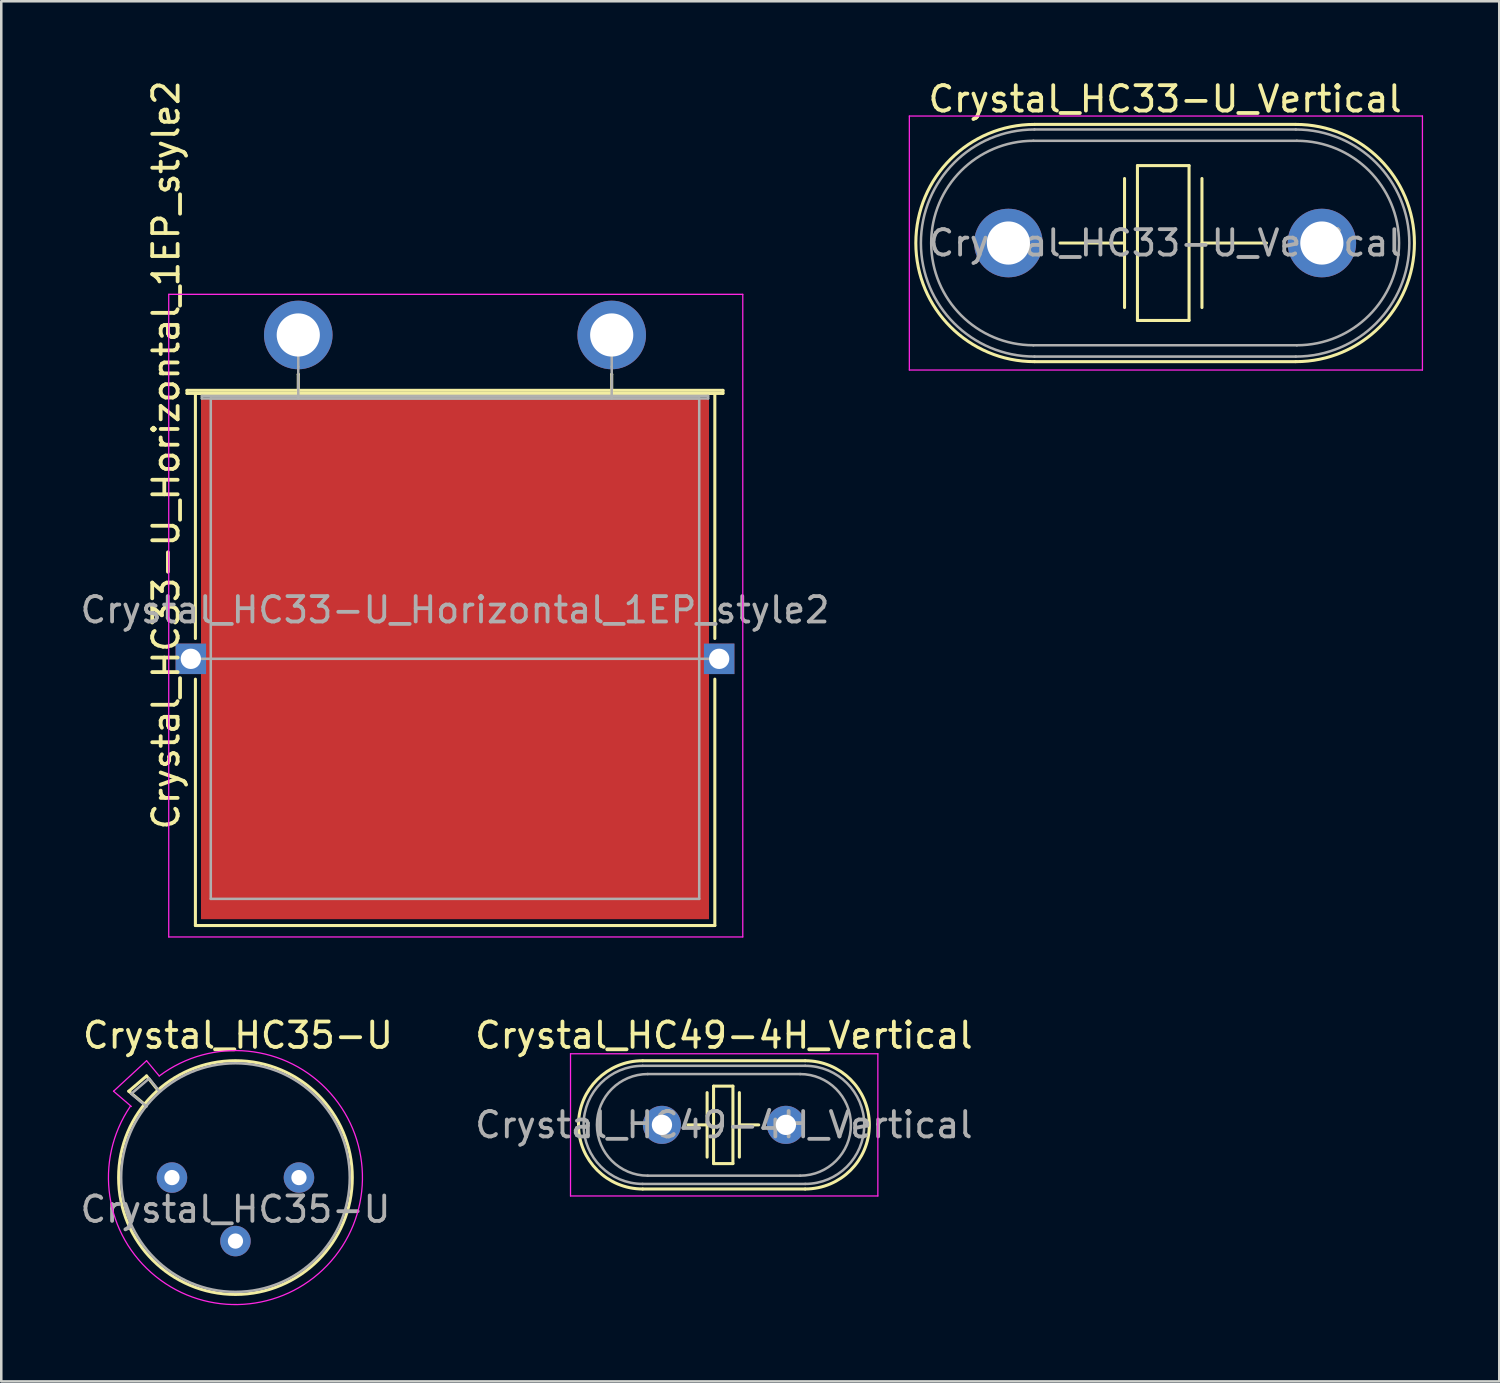
<source format=kicad_pcb>
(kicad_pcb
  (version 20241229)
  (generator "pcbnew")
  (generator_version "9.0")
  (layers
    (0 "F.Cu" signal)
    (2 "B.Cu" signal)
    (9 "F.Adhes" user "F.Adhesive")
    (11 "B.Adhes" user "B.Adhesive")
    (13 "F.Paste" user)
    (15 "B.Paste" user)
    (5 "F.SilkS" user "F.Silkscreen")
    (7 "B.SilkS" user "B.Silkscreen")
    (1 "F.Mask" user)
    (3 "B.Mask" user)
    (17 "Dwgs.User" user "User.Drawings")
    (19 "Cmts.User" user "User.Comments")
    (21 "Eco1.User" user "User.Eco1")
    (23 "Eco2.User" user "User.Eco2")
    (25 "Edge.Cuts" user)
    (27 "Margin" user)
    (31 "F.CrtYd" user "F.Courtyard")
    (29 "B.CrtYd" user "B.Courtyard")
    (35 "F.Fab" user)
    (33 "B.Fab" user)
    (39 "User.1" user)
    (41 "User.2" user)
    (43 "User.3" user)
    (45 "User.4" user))
  (footprint "Crystal_HC49-4H_Vertical"
    (layer "F.Cu")
    (at 23.011 41.236)
    (property "Reference" "Crystal_HC49-4H_Vertical" (at 2.44 -3.525 0) (layer "F.SilkS") (effects (font (size 1 1) (thickness 0.15))))
    (attr through_hole)
    (fp_line (start -0.76 -2.525) (end 5.64 -2.525) (stroke (width 0.12) (type solid)) (layer "F.SilkS"))
    (fp_line (start -0.76 2.525) (end 5.64 2.525) (stroke (width 0.12) (type solid)) (layer "F.SilkS"))
    (fp_line (start 1.016 0) (end 1.778 0) (stroke (width 0.12) (type solid)) (layer "F.SilkS"))
    (fp_line (start 1.778 -1.27) (end 1.778 1.27) (stroke (width 0.12) (type solid)) (layer "F.SilkS"))
    (fp_line (start 2.032 -1.524) (end 2.032 1.524) (stroke (width 0.12) (type solid)) (layer "F.SilkS"))
    (fp_line (start 2.032 1.524) (end 2.794 1.524) (stroke (width 0.12) (type solid)) (layer "F.SilkS"))
    (fp_line (start 2.794 -1.524) (end 2.032 -1.524) (stroke (width 0.12) (type solid)) (layer "F.SilkS"))
    (fp_line (start 2.794 1.524) (end 2.794 -1.524) (stroke (width 0.12) (type solid)) (layer "F.SilkS"))
    (fp_line (start 3.048 -1.27) (end 3.048 1.27) (stroke (width 0.12) (type solid)) (layer "F.SilkS"))
    (fp_line (start 3.81 0) (end 3.048 0) (stroke (width 0.12) (type solid)) (layer "F.SilkS"))
    (fp_arc (start -0.76 2.525) (mid -3.285 0) (end -0.76 -2.525) (stroke (width 0.12) (type solid)) (layer "F.SilkS"))
    (fp_arc (start 5.64 -2.525) (mid 8.165 0) (end 5.64 2.525) (stroke (width 0.12) (type solid)) (layer "F.SilkS"))
    (fp_line (start -3.6 -2.8) (end -3.6 2.8) (stroke (width 0.05) (type solid)) (layer "F.CrtYd"))
    (fp_line (start -3.6 2.8) (end 8.5 2.8) (stroke (width 0.05) (type solid)) (layer "F.CrtYd"))
    (fp_line (start 8.5 -2.8) (end -3.6 -2.8) (stroke (width 0.05) (type solid)) (layer "F.CrtYd"))
    (fp_line (start 8.5 2.8) (end 8.5 -2.8) (stroke (width 0.05) (type solid)) (layer "F.CrtYd"))
    (fp_line (start -0.76 -2.325) (end 5.64 -2.325) (stroke (width 0.1) (type solid)) (layer "F.Fab"))
    (fp_line (start -0.76 2.325) (end 5.64 2.325) (stroke (width 0.1) (type solid)) (layer "F.Fab"))
    (fp_line (start -0.56 -2) (end 5.44 -2) (stroke (width 0.1) (type solid)) (layer "F.Fab"))
    (fp_line (start -0.56 2) (end 5.44 2) (stroke (width 0.1) (type solid)) (layer "F.Fab"))
    (fp_arc (start -0.76 2.325) (mid -3.085 0) (end -0.76 -2.325) (stroke (width 0.1) (type solid)) (layer "F.Fab"))
    (fp_arc (start -0.56 2) (mid -2.56 0) (end -0.56 -2) (stroke (width 0.1) (type solid)) (layer "F.Fab"))
    (fp_arc (start 5.44 -2) (mid 7.44 0) (end 5.44 2) (stroke (width 0.1) (type solid)) (layer "F.Fab"))
    (fp_arc (start 5.64 -2.325) (mid 7.965 0) (end 5.64 2.325) (stroke (width 0.1) (type solid)) (layer "F.Fab"))
    (fp_text user "${REFERENCE}" (at 2.44 0 0) (layer "F.Fab") (effects (font (size 1 1) (thickness 0.15))))
    (pad "1" thru_hole circle (at 0 0) (size 1.5 1.5) (drill 0.8) (layers "*.Cu" "*.Mask"))
    (pad "2" thru_hole circle (at 4.88 0) (size 1.5 1.5) (drill 0.8) (layers "*.Cu" "*.Mask")))
  (footprint "Crystal_HC33-U_Vertical"
    (layer "F.Cu")
    (at 36.651 6.518)
    (property "Reference" "Crystal_HC33-U_Vertical" (at 6.17 -5.67 0) (layer "F.SilkS") (effects (font (size 1 1) (thickness 0.15))))
    (attr through_hole)
    (fp_line (start 1.025 -4.67) (end 11.315 -4.67) (stroke (width 0.12) (type solid)) (layer "F.SilkS"))
    (fp_line (start 1.025 4.67) (end 11.315 4.67) (stroke (width 0.12) (type solid)) (layer "F.SilkS"))
    (fp_line (start 2.032 0) (end 4.572 0) (stroke (width 0.12) (type solid)) (layer "F.SilkS"))
    (fp_line (start 4.572 -2.54) (end 4.572 2.54) (stroke (width 0.12) (type solid)) (layer "F.SilkS"))
    (fp_line (start 5.08 -3.048) (end 7.112 -3.048) (stroke (width 0.12) (type solid)) (layer "F.SilkS"))
    (fp_line (start 5.08 3.048) (end 5.08 -3.048) (stroke (width 0.12) (type solid)) (layer "F.SilkS"))
    (fp_line (start 7.112 -3.048) (end 7.112 3.048) (stroke (width 0.12) (type solid)) (layer "F.SilkS"))
    (fp_line (start 7.112 3.048) (end 5.08 3.048) (stroke (width 0.12) (type solid)) (layer "F.SilkS"))
    (fp_line (start 7.62 -2.54) (end 7.62 2.54) (stroke (width 0.12) (type solid)) (layer "F.SilkS"))
    (fp_line (start 10.16 0) (end 7.62 0) (stroke (width 0.12) (type solid)) (layer "F.SilkS"))
    (fp_arc (start 1.025 4.67) (mid -3.645 0) (end 1.025 -4.67) (stroke (width 0.12) (type solid)) (layer "F.SilkS"))
    (fp_arc (start 11.315 -4.67) (mid 15.985 0) (end 11.315 4.67) (stroke (width 0.12) (type solid)) (layer "F.SilkS"))
    (fp_line (start -3.9 -5) (end -3.9 5) (stroke (width 0.05) (type solid)) (layer "F.CrtYd"))
    (fp_line (start -3.9 5) (end 16.3 5) (stroke (width 0.05) (type solid)) (layer "F.CrtYd"))
    (fp_line (start 16.3 -5) (end -3.9 -5) (stroke (width 0.05) (type solid)) (layer "F.CrtYd"))
    (fp_line (start 16.3 5) (end 16.3 -5) (stroke (width 0.05) (type solid)) (layer "F.CrtYd"))
    (fp_line (start 0.985 -4.025) (end 11.355 -4.025) (stroke (width 0.1) (type solid)) (layer "F.Fab"))
    (fp_line (start 0.985 4.025) (end 11.355 4.025) (stroke (width 0.1) (type solid)) (layer "F.Fab"))
    (fp_line (start 1.025 -4.47) (end 11.315 -4.47) (stroke (width 0.1) (type solid)) (layer "F.Fab"))
    (fp_line (start 1.025 4.47) (end 11.315 4.47) (stroke (width 0.1) (type solid)) (layer "F.Fab"))
    (fp_arc (start 0.985 4.025) (mid -3.04 0) (end 0.985 -4.025) (stroke (width 0.1) (type solid)) (layer "F.Fab"))
    (fp_arc (start 1.025 4.47) (mid -3.445 0) (end 1.025 -4.47) (stroke (width 0.1) (type solid)) (layer "F.Fab"))
    (fp_arc (start 11.315 -4.47) (mid 15.785 0) (end 11.315 4.47) (stroke (width 0.1) (type solid)) (layer "F.Fab"))
    (fp_arc (start 11.355 -4.025) (mid 15.38 0) (end 11.355 4.025) (stroke (width 0.1) (type solid)) (layer "F.Fab"))
    (fp_text user "${REFERENCE}" (at 6.17 0 0) (layer "F.Fab") (effects (font (size 1 1) (thickness 0.15))))
    (pad "1" thru_hole circle (at 0 0) (size 2.7 2.7) (drill 1.7) (layers "*.Cu" "*.Mask"))
    (pad "2" thru_hole circle (at 12.34 0) (size 2.7 2.7) (drill 1.7) (layers "*.Cu" "*.Mask")))
  (footprint "Crystal_HC35-U"
    (layer "F.Cu")
    (at 3.72 43.311)
    (property "Reference" "Crystal_HC35-U" (at 2.6 -5.6 0) (layer "F.SilkS") (effects (font (size 1 1) (thickness 0.15))))
    (attr through_hole)
    (fp_line (start -1.7 -3.4) (end -1 -4) (stroke (width 0.12) (type solid)) (layer "F.SilkS"))
    (fp_line (start -1.1 -2.9) (end -1.7 -3.4) (stroke (width 0.12) (type solid)) (layer "F.SilkS"))
    (fp_line (start -1 -4) (end -0.6 -3.5) (stroke (width 0.12) (type solid)) (layer "F.SilkS"))
    (fp_circle (center 2.5 0) (end 7.1 0) (stroke (width 0.12) (type solid)) (fill no) (layer "F.SilkS"))
    (fp_line (start -2.3 -3.4) (end -1 -4.6) (stroke (width 0.05) (type solid)) (layer "F.CrtYd"))
    (fp_line (start -1.6 -2.8) (end -2.3 -3.4) (stroke (width 0.05) (type solid)) (layer "F.CrtYd"))
    (fp_line (start -1 -4.6) (end -0.5 -4) (stroke (width 0.05) (type solid)) (layer "F.CrtYd"))
    (fp_arc (start -0.5 -4) (mid 6.119047 3.45) (end -1.638828 -2.80537) (stroke (width 0.05) (type solid)) (layer "F.CrtYd"))
    (fp_line (start -1.6 -3.3) (end -0.9 -3.9) (stroke (width 0.1) (type solid)) (layer "F.Fab"))
    (fp_line (start -1 -2.8) (end -1.6 -3.3) (stroke (width 0.1) (type solid)) (layer "F.Fab"))
    (fp_line (start -0.9 -3.9) (end -0.5 -3.4) (stroke (width 0.1) (type solid)) (layer "F.Fab"))
    (fp_circle (center 2.5 0) (end 7 0) (stroke (width 0.1) (type solid)) (fill no) (layer "F.Fab"))
    (fp_text user "${REFERENCE}" (at 2.5 1.25 0) (layer "F.Fab") (effects (font (size 1 1) (thickness 0.15))))
    (pad "1" thru_hole circle (at 0 0) (size 1.2 1.2) (drill 0.6) (layers "*.Cu" "*.Mask"))
    (pad "2" thru_hole circle (at 5 0) (size 1.2 1.2) (drill 0.6) (layers "*.Cu" "*.Mask"))
    (pad "3" thru_hole circle (at 2.5 2.5) (size 1.2 1.2) (drill 0.6) (layers "*.Cu" "*.Mask")))
  (footprint "Crystal_HC33-U_Horizontal_1EP_style2"
    (layer "F.Cu")
    (at 8.693 10.138)
    (property "Reference" "Crystal_HC33-U_Horizontal_1EP_style2" (at -5.205 4.725 90) (layer "F.SilkS") (effects (font (size 1 1) (thickness 0.15))))
    (attr through_hole)
    (fp_line (start -4.38 2.18) (end 16.72 2.18) (stroke (width 0.12) (type solid)) (layer "F.SilkS"))
    (fp_line (start -4.38 2.3) (end -4.38 2.18) (stroke (width 0.12) (type solid)) (layer "F.SilkS"))
    (fp_line (start -4.05 11.95) (end -4.05 2.3) (stroke (width 0.12) (type solid)) (layer "F.SilkS"))
    (fp_line (start -4.05 23.25) (end -4.05 13.55) (stroke (width 0.12) (type solid)) (layer "F.SilkS"))
    (fp_line (start -4.03 2.3) (end 16.37 2.3) (stroke (width 0.12) (type solid)) (layer "F.SilkS"))
    (fp_line (start -4 23.25) (end -4.05 23.25) (stroke (width 0.12) (type solid)) (layer "F.SilkS"))
    (fp_line (start 0 1.55) (end 0 1.55) (stroke (width 0.12) (type solid)) (layer "F.SilkS"))
    (fp_line (start 0 2.3) (end 0 1.55) (stroke (width 0.12) (type solid)) (layer "F.SilkS"))
    (fp_line (start 12.34 1.55) (end 12.34 1.55) (stroke (width 0.12) (type solid)) (layer "F.SilkS"))
    (fp_line (start 12.34 2.3) (end 12.34 1.55) (stroke (width 0.12) (type solid)) (layer "F.SilkS"))
    (fp_line (start 16.4 2.3) (end 16.4 11.95) (stroke (width 0.12) (type solid)) (layer "F.SilkS"))
    (fp_line (start 16.4 13.55) (end 16.4 23.25) (stroke (width 0.12) (type solid)) (layer "F.SilkS"))
    (fp_line (start 16.4 23.25) (end -4 23.25) (stroke (width 0.12) (type solid)) (layer "F.SilkS"))
    (fp_line (start 16.72 2.18) (end 16.72 2.3) (stroke (width 0.12) (type solid)) (layer "F.SilkS"))
    (fp_line (start 16.72 2.3) (end -4.38 2.3) (stroke (width 0.12) (type solid)) (layer "F.SilkS"))
    (fp_line (start -5.1 -1.6) (end -5.1 23.7) (stroke (width 0.05) (type solid)) (layer "F.CrtYd"))
    (fp_line (start -5.1 23.7) (end 17.5 23.7) (stroke (width 0.05) (type solid)) (layer "F.CrtYd"))
    (fp_line (start 17.5 -1.6) (end -5.1 -1.6) (stroke (width 0.05) (type solid)) (layer "F.CrtYd"))
    (fp_line (start 17.5 23.7) (end 17.5 -1.6) (stroke (width 0.05) (type solid)) (layer "F.CrtYd"))
    (fp_line (start -4.23 12.75) (end 16.57 12.75) (stroke (width 0.1) (type solid)) (layer "F.Fab"))
    (fp_line (start -3.795 2.4) (end 16.135 2.4) (stroke (width 0.1) (type solid)) (layer "F.Fab"))
    (fp_line (start -3.795 2.5) (end -3.795 2.4) (stroke (width 0.1) (type solid)) (layer "F.Fab"))
    (fp_line (start -3.445 2.5) (end -3.445 22.2) (stroke (width 0.1) (type solid)) (layer "F.Fab"))
    (fp_line (start -3.445 22.2) (end 15.785 22.2) (stroke (width 0.1) (type solid)) (layer "F.Fab"))
    (fp_line (start 0 1.25) (end 0 0) (stroke (width 0.1) (type solid)) (layer "F.Fab"))
    (fp_line (start 0 2.5) (end 0 1.25) (stroke (width 0.1) (type solid)) (layer "F.Fab"))
    (fp_line (start 12.34 1.25) (end 12.34 0) (stroke (width 0.1) (type solid)) (layer "F.Fab"))
    (fp_line (start 12.34 2.5) (end 12.34 1.25) (stroke (width 0.1) (type solid)) (layer "F.Fab"))
    (fp_line (start 15.785 2.5) (end -3.445 2.5) (stroke (width 0.1) (type solid)) (layer "F.Fab"))
    (fp_line (start 15.785 22.2) (end 15.785 2.5) (stroke (width 0.1) (type solid)) (layer "F.Fab"))
    (fp_line (start 16.135 2.4) (end 16.135 2.5) (stroke (width 0.1) (type solid)) (layer "F.Fab"))
    (fp_line (start 16.135 2.5) (end -3.795 2.5) (stroke (width 0.1) (type solid)) (layer "F.Fab"))
    (fp_text user "${REFERENCE}" (at 6.17 10.825 0) (layer "F.Fab") (effects (font (size 1 1) (thickness 0.15))))
    (pad "1" thru_hole circle (at 0 0) (size 2.7 2.7) (drill 1.7) (layers "*.Cu" "*.Mask"))
    (pad "2" thru_hole circle (at 12.34 0) (size 2.7 2.7) (drill 1.7) (layers "*.Cu" "*.Mask"))
    (pad "3" thru_hole rect (at -4.23 12.75) (size 1.2 1.2) (drill 0.8) (layers "*.Cu" "*.Mask"))
    (pad "3" smd rect (at 6.17 12.75) (size 20 20.5) (layers "F.Cu" "F.Mask" "F.Paste"))
    (pad "3" thru_hole rect (at 16.57 12.75) (size 1.2 1.2) (drill 0.8) (layers "*.Cu" "*.Mask")))
  (gr_rect
    (start -3 -3)
    (end 55.976 51.336)
    (stroke (width 0.1) (type default))
    (fill no)
    (layer "Edge.Cuts")))
</source>
